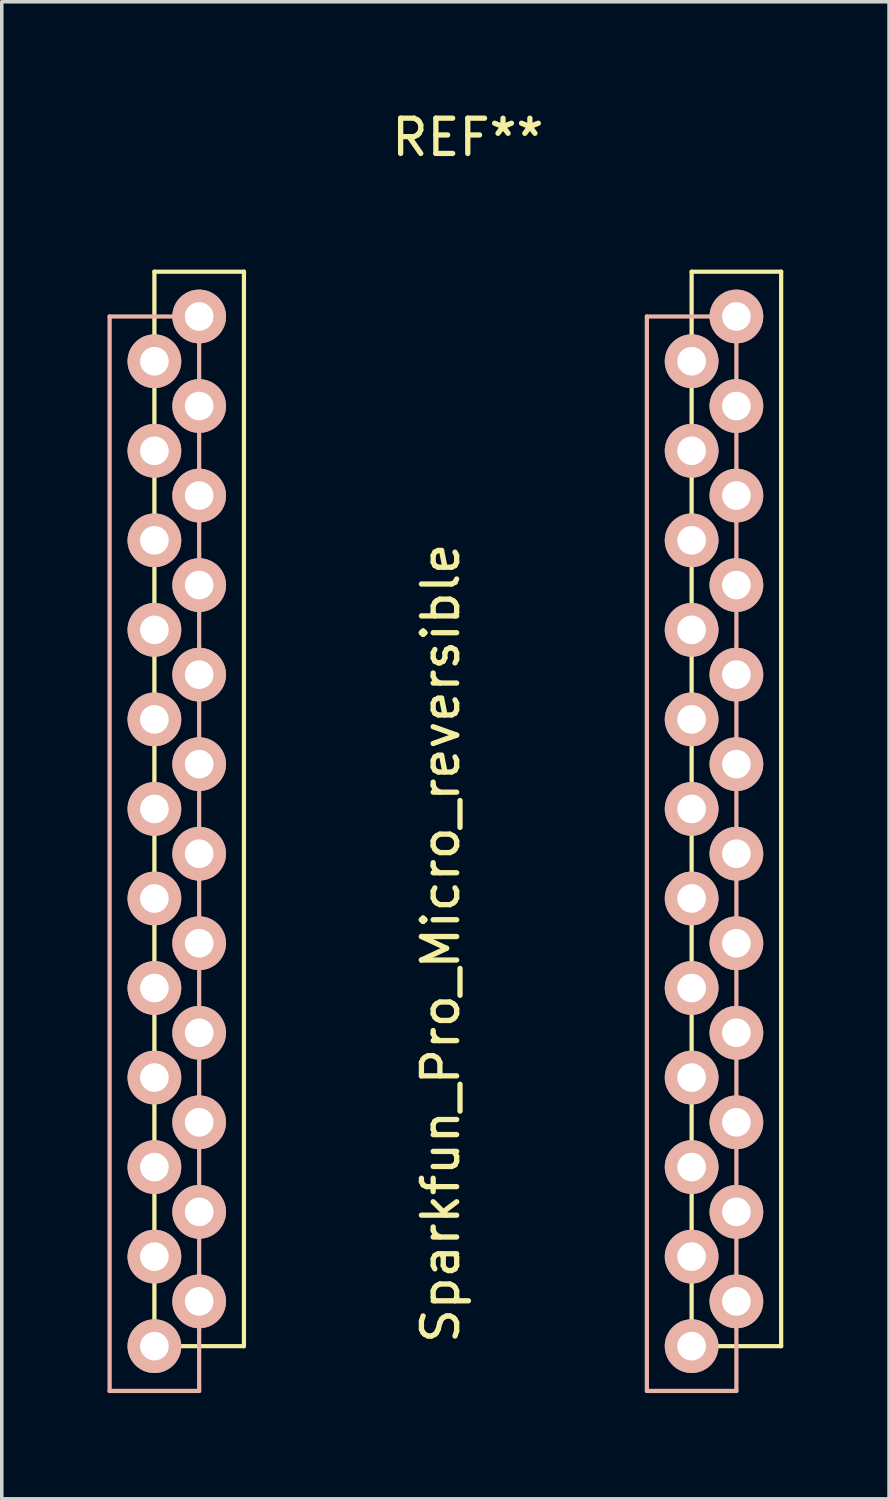
<source format=kicad_pcb>
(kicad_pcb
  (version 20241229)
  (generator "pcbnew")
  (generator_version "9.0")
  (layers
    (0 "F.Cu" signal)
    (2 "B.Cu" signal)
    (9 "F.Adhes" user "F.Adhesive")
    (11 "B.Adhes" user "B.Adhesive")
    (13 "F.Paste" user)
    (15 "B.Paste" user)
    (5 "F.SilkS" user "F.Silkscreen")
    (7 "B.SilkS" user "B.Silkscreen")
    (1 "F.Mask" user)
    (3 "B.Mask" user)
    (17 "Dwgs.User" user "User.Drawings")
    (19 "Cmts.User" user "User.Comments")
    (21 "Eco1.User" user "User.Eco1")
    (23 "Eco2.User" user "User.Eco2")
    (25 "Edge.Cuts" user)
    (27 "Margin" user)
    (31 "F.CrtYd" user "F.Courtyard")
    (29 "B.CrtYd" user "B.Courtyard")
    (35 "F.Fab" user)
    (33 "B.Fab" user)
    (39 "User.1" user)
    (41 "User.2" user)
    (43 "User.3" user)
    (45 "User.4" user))
  (footprint "Sparkfun_Pro_Micro_reversible"
    (layer "F.Cu")
    (at 10.22 21.168)
    (property "Reference" "Sparkfun_Pro_Micro_reversible" (at -0.77 2.54 90) (layer "F.SilkS") (effects (font (size 1 1) (thickness 0.15))))
    (attr through_hole)
    (fp_line (start -8.89 13.97) (end -8.89 -16.51) (stroke (width 0.12) (type solid)) (layer "F.SilkS"))
    (fp_line (start -6.35 -16.51) (end -8.89 -16.51) (stroke (width 0.12) (type solid)) (layer "F.SilkS"))
    (fp_line (start -6.35 -13.97) (end -6.35 -16.51) (stroke (width 0.12) (type solid)) (layer "F.SilkS"))
    (fp_line (start -6.35 -13.97) (end -6.35 13.97) (stroke (width 0.12) (type solid)) (layer "F.SilkS"))
    (fp_line (start -6.35 13.97) (end -8.89 13.97) (stroke (width 0.12) (type solid)) (layer "F.SilkS"))
    (fp_line (start 6.35 -16.51) (end 6.35 13.97) (stroke (width 0.12) (type solid)) (layer "F.SilkS"))
    (fp_line (start 6.35 -16.51) (end 8.89 -16.51) (stroke (width 0.12) (type solid)) (layer "F.SilkS"))
    (fp_line (start 6.35 13.97) (end 8.89 13.97) (stroke (width 0.12) (type solid)) (layer "F.SilkS"))
    (fp_line (start 8.89 -16.51) (end 8.89 13.97) (stroke (width 0.12) (type solid)) (layer "F.SilkS"))
    (fp_line (start -10.16 -15.24) (end -10.16 15.24) (stroke (width 0.12) (type solid)) (layer "B.SilkS"))
    (fp_line (start -10.16 15.24) (end -7.62 15.24) (stroke (width 0.12) (type solid)) (layer "B.SilkS"))
    (fp_line (start -7.62 -15.24) (end -10.16 -15.24) (stroke (width 0.12) (type solid)) (layer "B.SilkS"))
    (fp_line (start -7.62 15.24) (end -7.62 -15.24) (stroke (width 0.12) (type solid)) (layer "B.SilkS"))
    (fp_line (start 5.08 -15.24) (end 7.62 -15.24) (stroke (width 0.12) (type solid)) (layer "B.SilkS"))
    (fp_line (start 5.08 15.24) (end 5.08 -15.24) (stroke (width 0.12) (type solid)) (layer "B.SilkS"))
    (fp_line (start 7.62 -15.24) (end 7.62 15.24) (stroke (width 0.12) (type solid)) (layer "B.SilkS"))
    (fp_line (start 7.62 15.24) (end 5.08 15.24) (stroke (width 0.12) (type solid)) (layer "B.SilkS"))
    (fp_text user "REF**" (at 0 -20.32 0) (layer "F.SilkS") (effects (font (size 1 1) (thickness 0.15))))
    (pad "1" thru_hole circle (at -8.89 -13.97 180) (size 1.524 1.524) (drill 0.813) (layers "*.Cu" "*.Mask" "B.SilkS"))
    (pad "1" thru_hole circle (at 7.62 -15.24 180) (size 1.524 1.524) (drill 0.813) (layers "*.Cu" "*.Mask" "B.SilkS"))
    (pad "2" thru_hole circle (at -8.89 -11.43 180) (size 1.524 1.524) (drill 0.813) (layers "*.Cu" "*.Mask" "B.SilkS"))
    (pad "2" thru_hole circle (at 7.62 -12.7 180) (size 1.524 1.524) (drill 0.813) (layers "*.Cu" "*.Mask" "B.SilkS"))
    (pad "3" thru_hole circle (at -8.89 -8.89 180) (size 1.524 1.524) (drill 0.813) (layers "*.Cu" "*.Mask" "B.SilkS"))
    (pad "3" thru_hole circle (at 7.62 -10.16 180) (size 1.524 1.524) (drill 0.813) (layers "*.Cu" "*.Mask" "B.SilkS"))
    (pad "4" thru_hole circle (at -8.89 -6.35 180) (size 1.524 1.524) (drill 0.813) (layers "*.Cu" "*.Mask" "B.SilkS"))
    (pad "4" thru_hole circle (at 7.62 -7.62 180) (size 1.524 1.524) (drill 0.813) (layers "*.Cu" "*.Mask" "B.SilkS"))
    (pad "5" thru_hole circle (at -8.89 -3.81 180) (size 1.524 1.524) (drill 0.813) (layers "*.Cu" "*.Mask" "B.SilkS"))
    (pad "5" thru_hole circle (at 7.62 -5.08 180) (size 1.524 1.524) (drill 0.813) (layers "*.Cu" "*.Mask" "B.SilkS"))
    (pad "6" thru_hole circle (at -8.89 -1.27 180) (size 1.524 1.524) (drill 0.813) (layers "*.Cu" "*.Mask" "B.SilkS"))
    (pad "6" thru_hole circle (at 7.62 -2.54 180) (size 1.524 1.524) (drill 0.813) (layers "*.Cu" "*.Mask" "B.SilkS"))
    (pad "7" thru_hole circle (at -8.89 1.27 180) (size 1.524 1.524) (drill 0.813) (layers "*.Cu" "*.Mask" "B.SilkS"))
    (pad "7" thru_hole circle (at 7.62 0 180) (size 1.524 1.524) (drill 0.813) (layers "*.Cu" "*.Mask" "B.SilkS"))
    (pad "8" thru_hole circle (at -8.89 3.81 180) (size 1.524 1.524) (drill 0.813) (layers "*.Cu" "*.Mask" "B.SilkS"))
    (pad "8" thru_hole circle (at 7.62 2.54 180) (size 1.524 1.524) (drill 0.813) (layers "*.Cu" "*.Mask" "B.SilkS"))
    (pad "9" thru_hole circle (at -8.89 6.35 180) (size 1.524 1.524) (drill 0.813) (layers "*.Cu" "*.Mask" "B.SilkS"))
    (pad "9" thru_hole circle (at 7.62 5.08 180) (size 1.524 1.524) (drill 0.813) (layers "*.Cu" "*.Mask" "B.SilkS"))
    (pad "10" thru_hole circle (at -8.89 8.89 180) (size 1.524 1.524) (drill 0.813) (layers "*.Cu" "*.Mask" "B.SilkS"))
    (pad "10" thru_hole circle (at 7.62 7.62 180) (size 1.524 1.524) (drill 0.813) (layers "*.Cu" "*.Mask" "B.SilkS"))
    (pad "11" thru_hole circle (at -8.89 11.43 180) (size 1.524 1.524) (drill 0.813) (layers "*.Cu" "*.Mask" "B.SilkS"))
    (pad "11" thru_hole circle (at 7.62 10.16 180) (size 1.524 1.524) (drill 0.813) (layers "*.Cu" "*.Mask" "B.SilkS"))
    (pad "12" thru_hole circle (at -8.89 13.97 180) (size 1.524 1.524) (drill 0.813) (layers "*.Cu" "*.Mask" "B.SilkS"))
    (pad "12" thru_hole circle (at 7.62 12.7 180) (size 1.524 1.524) (drill 0.813) (layers "*.Cu" "*.Mask" "B.SilkS"))
    (pad "13" thru_hole circle (at -7.62 12.7 180) (size 1.524 1.524) (drill 0.813) (layers "*.Cu" "*.Mask" "B.SilkS"))
    (pad "13" thru_hole circle (at 6.35 13.97 180) (size 1.524 1.524) (drill 0.813) (layers "*.Cu" "*.Mask" "B.SilkS"))
    (pad "14" thru_hole circle (at -7.62 10.16 180) (size 1.524 1.524) (drill 0.813) (layers "*.Cu" "*.Mask" "B.SilkS"))
    (pad "14" thru_hole circle (at 6.35 11.43 180) (size 1.524 1.524) (drill 0.813) (layers "*.Cu" "*.Mask" "B.SilkS"))
    (pad "15" thru_hole circle (at -7.62 7.62 180) (size 1.524 1.524) (drill 0.813) (layers "*.Cu" "*.Mask" "B.SilkS"))
    (pad "15" thru_hole circle (at 6.35 8.89 180) (size 1.524 1.524) (drill 0.813) (layers "*.Cu" "*.Mask" "B.SilkS"))
    (pad "16" thru_hole circle (at -7.62 5.08 180) (size 1.524 1.524) (drill 0.813) (layers "*.Cu" "*.Mask" "B.SilkS"))
    (pad "16" thru_hole circle (at 6.35 6.35 180) (size 1.524 1.524) (drill 0.813) (layers "*.Cu" "*.Mask" "B.SilkS"))
    (pad "17" thru_hole circle (at -7.62 2.54 180) (size 1.524 1.524) (drill 0.813) (layers "*.Cu" "*.Mask" "B.SilkS"))
    (pad "17" thru_hole circle (at 6.35 3.81 180) (size 1.524 1.524) (drill 0.813) (layers "*.Cu" "*.Mask" "B.SilkS"))
    (pad "18" thru_hole circle (at -7.62 0 180) (size 1.524 1.524) (drill 0.813) (layers "*.Cu" "*.Mask" "B.SilkS"))
    (pad "18" thru_hole circle (at 6.35 1.27 180) (size 1.524 1.524) (drill 0.813) (layers "*.Cu" "*.Mask" "B.SilkS"))
    (pad "19" thru_hole circle (at -7.62 -2.54 180) (size 1.524 1.524) (drill 0.813) (layers "*.Cu" "*.Mask" "B.SilkS"))
    (pad "19" thru_hole circle (at 6.35 -1.27 180) (size 1.524 1.524) (drill 0.813) (layers "*.Cu" "*.Mask" "B.SilkS"))
    (pad "20" thru_hole circle (at -7.62 -5.08 180) (size 1.524 1.524) (drill 0.813) (layers "*.Cu" "*.Mask" "B.SilkS"))
    (pad "20" thru_hole circle (at 6.35 -3.81 180) (size 1.524 1.524) (drill 0.813) (layers "*.Cu" "*.Mask" "B.SilkS"))
    (pad "21" thru_hole circle (at -7.62 -7.62 180) (size 1.524 1.524) (drill 0.813) (layers "*.Cu" "*.Mask" "B.SilkS"))
    (pad "21" thru_hole circle (at 6.35 -6.35 180) (size 1.524 1.524) (drill 0.813) (layers "*.Cu" "*.Mask" "B.SilkS"))
    (pad "22" thru_hole circle (at -7.62 -10.16 180) (size 1.524 1.524) (drill 0.813) (layers "*.Cu" "*.Mask" "B.SilkS"))
    (pad "22" thru_hole circle (at 6.35 -8.89 180) (size 1.524 1.524) (drill 0.813) (layers "*.Cu" "*.Mask" "B.SilkS"))
    (pad "23" thru_hole circle (at -7.62 -12.7 180) (size 1.524 1.524) (drill 0.813) (layers "*.Cu" "*.Mask" "B.SilkS"))
    (pad "23" thru_hole circle (at 6.35 -11.43 180) (size 1.524 1.524) (drill 0.813) (layers "*.Cu" "*.Mask" "B.SilkS"))
    (pad "24" thru_hole circle (at -7.62 -15.24 180) (size 1.524 1.524) (drill 0.813) (layers "*.Cu" "*.Mask" "B.SilkS"))
    (pad "24" thru_hole circle (at 6.35 -13.97 180) (size 1.524 1.524) (drill 0.813) (layers "*.Cu" "*.Mask" "B.SilkS")))
  (gr_rect
    (start -3 -3)
    (end 22.17 39.468)
    (stroke (width 0.1) (type default))
    (fill no)
    (layer "Edge.Cuts")))
</source>
